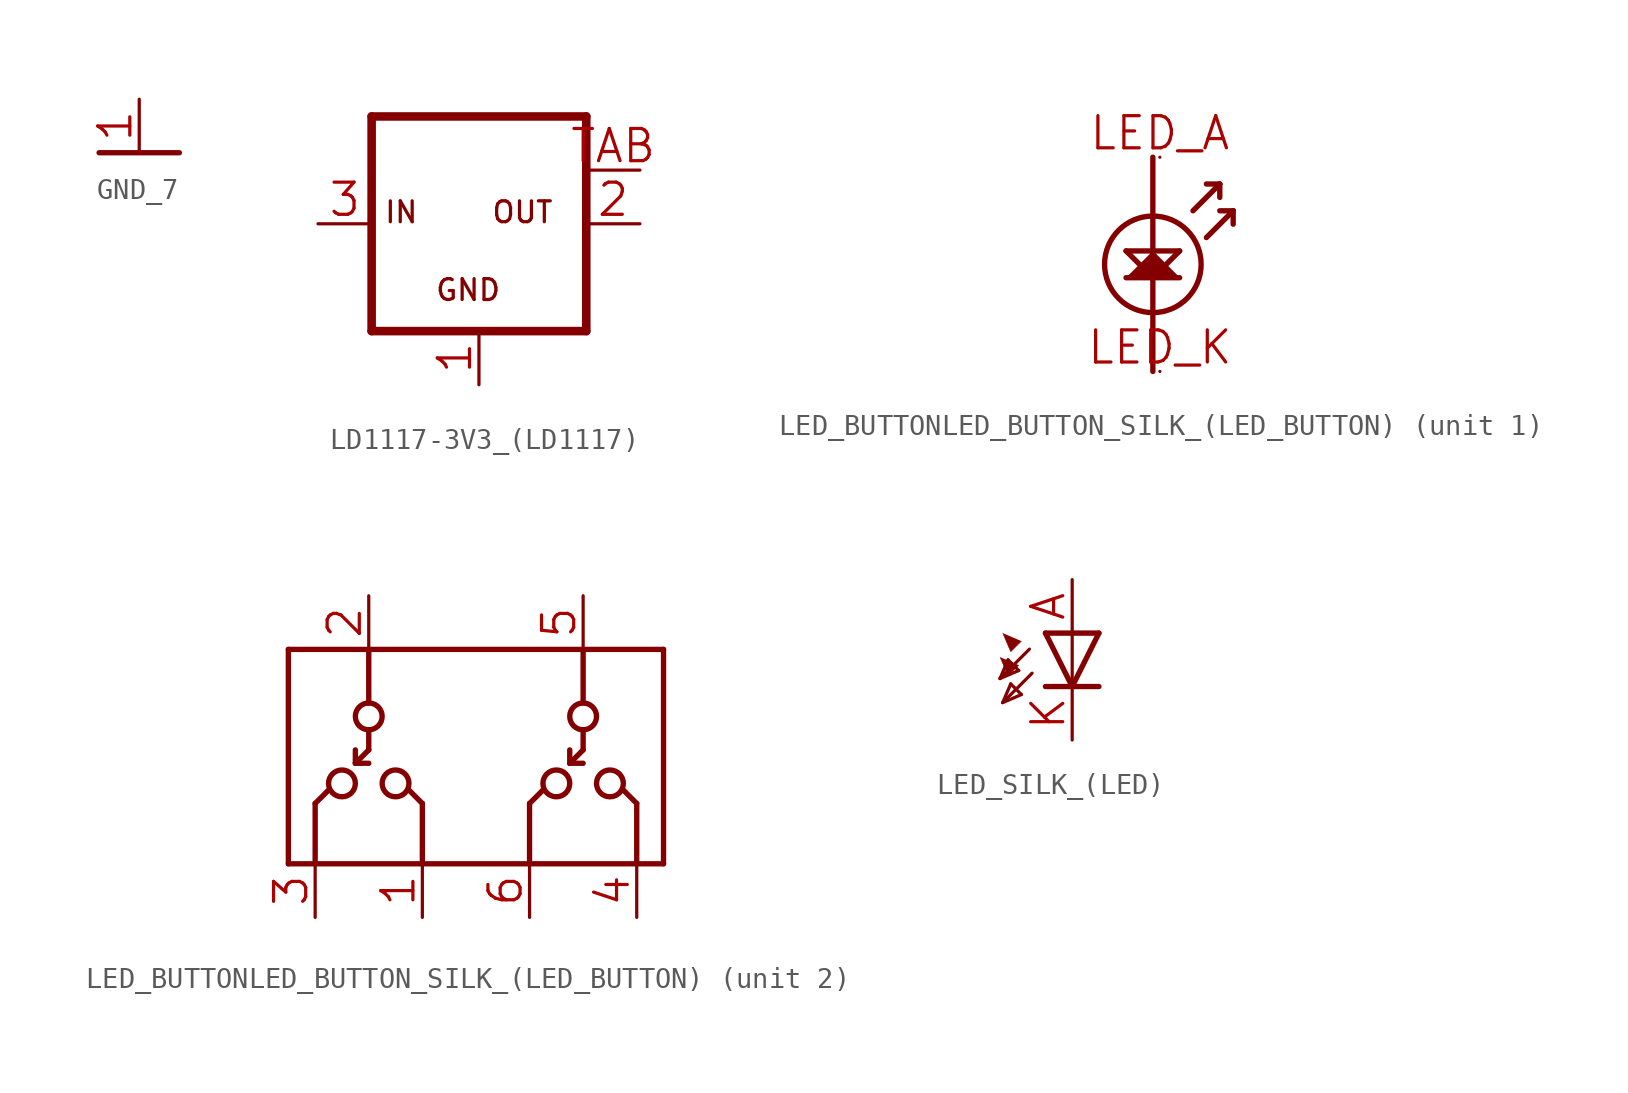
<source format=kicad_sym>
(kicad_symbol_lib
  (version 20241209)
  (generator "kicad_symbol_editor")
  (generator_version "9.0")
  (symbol "GND_7"
    (power)
    (property "Reference" "#GND"
      (at 0 0 0)
      (effects (font (size 1.27 1.27)) (hide yes)))
    (property "ki_locked" ""
      (at 0 0 0)
      (effects (font (size 1.27 1.27))))
    (symbol "GND_7_1_0"
      (polyline (pts (xy -1.905 0) (xy 1.905 0)) (stroke (width 0.254) (type solid)) (fill (type none)))
      (pin power_in line (at 0 2.54 270) (length 2.54) (name "GND" (effects (font (size 0 0)))) (number "1" (effects (font (size 1.524 1.524)))))))
  (symbol "LD1117-3V3_(LD1117)"
    (property "Reference" "U"
      (at 0 0 0)
      (effects (font (size 1.27 1.27)) (hide yes)))
    (property "ki_locked" ""
      (at 0 0 0)
      (effects (font (size 1.27 1.27))))
    (symbol "LD1117-3V3_(LD1117)_1_0"
      (polyline (pts (xy -5.08 5.08) (xy -5.08 -5.08)) (stroke (width 0.406) (type solid)) (fill (type none)))
      (polyline (pts (xy -5.08 -5.08) (xy 5.08 -5.08)) (stroke (width 0.406) (type solid)) (fill (type none)))
      (polyline (pts (xy 5.08 5.08) (xy -5.08 5.08)) (stroke (width 0.406) (type solid)) (fill (type none)))
      (polyline (pts (xy 5.08 -5.08) (xy 5.08 5.08)) (stroke (width 0.406) (type solid)) (fill (type none)))
      (text "IN" (at -4.53 1.125 0) (effects (font (size 0.987 0.987)) (justify left top)))
      (text "GND" (at -2.117 -2.558 0) (effects (font (size 0.987 0.987)) (justify left top)))
      (text "OUT" (at 0.55 1.125 0) (effects (font (size 0.987 0.987)) (justify left top)))
      (pin input line (at -7.62 0 0) (length 2.54) (name "IN" (effects (font (size 0 0)))) (number "3" (effects (font (size 1.524 1.524)))))
      (pin input line (at 0 -7.62 90) (length 2.54) (name "GND" (effects (font (size 0 0)))) (number "1" (effects (font (size 1.524 1.524)))))
      (pin passive line (at 7.62 2.54 180) (length 2.54) (name "OUT1" (effects (font (size 0 0)))) (number "TAB" (effects (font (size 1.524 1.524)))))
      (pin passive line (at 7.62 0 180) (length 2.54) (name "OUT" (effects (font (size 0 0)))) (number "2" (effects (font (size 1.524 1.524)))))))
  (symbol "LED_BUTTONLED_BUTTON_SILK_(LED_BUTTON)"
    (property "Reference" "S_HOLD"
      (at 0 0 0)
      (effects (font (size 1.27 1.27)) (hide yes)))
    (property "ki_locked" ""
      (at 0 0 0)
      (effects (font (size 1.27 1.27))))
    (symbol "LED_BUTTONLED_BUTTON_SILK_(LED_BUTTON)_1_0"
      (polyline (pts (xy -2.03 0.635) (xy -0.76 -0.635)) (stroke (width 0.254) (type solid)) (fill (type none)))
      (polyline (pts (xy -0.76 5.08) (xy -0.76 -5.08)) (stroke (width 0.254) (type solid)) (fill (type none)))
      (polyline (pts (xy -0.76 0.635) (xy 0.51 -0.635) (xy -2.03 -0.635)) (stroke (width 0.002) (type solid)) (fill (type outline)))
      (circle (center -0.76 0) (radius 2.29) (stroke (width 0.254) (type solid)) (fill (type none)))
      (polyline (pts (xy -0.76 -0.635) (xy 0.51 0.635)) (stroke (width 0.254) (type solid)) (fill (type none)))
      (polyline (pts (xy 0.51 0.635) (xy -2.03 0.635)) (stroke (width 0.254) (type solid)) (fill (type none)))
      (polyline (pts (xy 0.51 -0.635) (xy -2.03 -0.635)) (stroke (width 0.254) (type solid)) (fill (type none)))
      (polyline (pts (xy 1.145 2.54) (xy 2.415 3.81)) (stroke (width 0.254) (type solid)) (fill (type none)))
      (polyline (pts (xy 1.78 3.81) (xy 2.415 3.81)) (stroke (width 0.254) (type solid)) (fill (type none)))
      (polyline (pts (xy 1.78 1.27) (xy 3.05 2.54)) (stroke (width 0.254) (type solid)) (fill (type none)))
      (polyline (pts (xy 2.415 3.81) (xy 2.415 3.175)) (stroke (width 0.254) (type solid)) (fill (type none)))
      (polyline (pts (xy 2.415 2.54) (xy 3.05 2.54)) (stroke (width 0.254) (type solid)) (fill (type none)))
      (polyline (pts (xy 3.05 2.54) (xy 3.05 1.905)) (stroke (width 0.254) (type solid)) (fill (type none)))
      (pin bidirectional line (at -0.427 5.08 0) (length 0) (name "LED_A" (effects (font (size 0 0)))) (number "LED_A" (effects (font (size 1.524 1.524)))))
      (pin bidirectional line (at -0.427 -5.08 0) (length 0) (name "LED_K" (effects (font (size 0 0)))) (number "LED_K" (effects (font (size 1.524 1.524))))))
    (symbol "LED_BUTTONLED_BUTTON_SILK_(LED_BUTTON)_2_0"
      (polyline (pts (xy -8.89 5.08) (xy -5.08 5.08)) (stroke (width 0.254) (type solid)) (fill (type none)))
      (polyline (pts (xy -8.89 -5.08) (xy -8.89 5.08)) (stroke (width 0.254) (type solid)) (fill (type none)))
      (polyline (pts (xy -7.62 -2.222) (xy -6.985 -1.587)) (stroke (width 0.254) (type solid)) (fill (type none)))
      (polyline (pts (xy -7.62 -5.08) (xy -8.89 -5.08)) (stroke (width 0.254) (type solid)) (fill (type none)))
      (polyline (pts (xy -7.62 -5.08) (xy -7.62 -2.222)) (stroke (width 0.254) (type solid)) (fill (type none)))
      (circle (center -6.35 -1.27) (radius 0.635) (stroke (width 0.254) (type solid)) (fill (type none)))
      (polyline (pts (xy -5.715 0.317) (xy -5.715 -0.317)) (stroke (width 0.254) (type solid)) (fill (type none)))
      (polyline (pts (xy -5.715 -0.317) (xy -5.08 -0.317)) (stroke (width 0.254) (type solid)) (fill (type none)))
      (polyline (pts (xy -5.08 5.08) (xy -5.08 2.54)) (stroke (width 0.254) (type solid)) (fill (type none)))
      (polyline (pts (xy -5.08 5.08) (xy 5.08 5.08)) (stroke (width 0.254) (type solid)) (fill (type none)))
      (circle (center -5.08 1.905) (radius 0.635) (stroke (width 0.254) (type solid)) (fill (type none)))
      (polyline (pts (xy -5.08 1.27) (xy -5.08 0.317)) (stroke (width 0.254) (type solid)) (fill (type none)))
      (polyline (pts (xy -5.08 0.317) (xy -5.715 -0.317)) (stroke (width 0.254) (type solid)) (fill (type none)))
      (circle (center -3.81 -1.27) (radius 0.635) (stroke (width 0.254) (type solid)) (fill (type none)))
      (polyline (pts (xy -3.175 -1.587) (xy -2.54 -2.222)) (stroke (width 0.254) (type solid)) (fill (type none)))
      (polyline (pts (xy -2.54 -2.222) (xy -2.54 -5.08)) (stroke (width 0.254) (type solid)) (fill (type none)))
      (polyline (pts (xy -2.54 -5.08) (xy -7.62 -5.08)) (stroke (width 0.254) (type solid)) (fill (type none)))
      (polyline (pts (xy 2.54 -2.222) (xy 3.175 -1.587)) (stroke (width 0.254) (type solid)) (fill (type none)))
      (polyline (pts (xy 2.54 -5.08) (xy -2.54 -5.08)) (stroke (width 0.254) (type solid)) (fill (type none)))
      (polyline (pts (xy 2.54 -5.08) (xy 2.54 -2.222)) (stroke (width 0.254) (type solid)) (fill (type none)))
      (circle (center 3.81 -1.27) (radius 0.635) (stroke (width 0.254) (type solid)) (fill (type none)))
      (polyline (pts (xy 4.445 0.317) (xy 4.445 -0.317)) (stroke (width 0.254) (type solid)) (fill (type none)))
      (polyline (pts (xy 4.445 -0.317) (xy 5.08 -0.317)) (stroke (width 0.254) (type solid)) (fill (type none)))
      (polyline (pts (xy 5.08 5.08) (xy 8.89 5.08)) (stroke (width 0.254) (type solid)) (fill (type none)))
      (polyline (pts (xy 5.08 2.54) (xy 5.08 5.08)) (stroke (width 0.254) (type solid)) (fill (type none)))
      (circle (center 5.08 1.905) (radius 0.635) (stroke (width 0.254) (type solid)) (fill (type none)))
      (polyline (pts (xy 5.08 1.27) (xy 5.08 0.317)) (stroke (width 0.254) (type solid)) (fill (type none)))
      (polyline (pts (xy 5.08 0.317) (xy 4.445 -0.317)) (stroke (width 0.254) (type solid)) (fill (type none)))
      (circle (center 6.35 -1.27) (radius 0.635) (stroke (width 0.254) (type solid)) (fill (type none)))
      (polyline (pts (xy 7.62 -2.222) (xy 6.985 -1.587)) (stroke (width 0.254) (type solid)) (fill (type none)))
      (polyline (pts (xy 7.62 -5.08) (xy 2.54 -5.08)) (stroke (width 0.254) (type solid)) (fill (type none)))
      (polyline (pts (xy 7.62 -5.08) (xy 7.62 -2.222)) (stroke (width 0.254) (type solid)) (fill (type none)))
      (polyline (pts (xy 8.89 5.08) (xy 8.89 -5.08)) (stroke (width 0.254) (type solid)) (fill (type none)))
      (polyline (pts (xy 8.89 -5.08) (xy 7.62 -5.08)) (stroke (width 0.254) (type solid)) (fill (type none)))
      (pin bidirectional line (at -7.62 -7.62 90) (length 2.54) (name "3" (effects (font (size 0 0)))) (number "3" (effects (font (size 1.524 1.524)))))
      (pin bidirectional line (at -5.08 7.62 270) (length 2.54) (name "2" (effects (font (size 0 0)))) (number "2" (effects (font (size 1.524 1.524)))))
      (pin bidirectional line (at -2.54 -7.62 90) (length 2.54) (name "1" (effects (font (size 0 0)))) (number "1" (effects (font (size 1.524 1.524)))))
      (pin bidirectional line (at 2.54 -7.62 90) (length 2.54) (name "6" (effects (font (size 0 0)))) (number "6" (effects (font (size 1.524 1.524)))))
      (pin bidirectional line (at 5.08 7.62 270) (length 2.54) (name "5" (effects (font (size 0 0)))) (number "5" (effects (font (size 1.524 1.524)))))
      (pin bidirectional line (at 7.62 -7.62 90) (length 2.54) (name "4" (effects (font (size 0 0)))) (number "4" (effects (font (size 1.524 1.524)))))))
  (symbol "LED_SILK_(LED)"
    (property "Reference" "LED_A"
      (at 0 0 0)
      (effects (font (size 1.27 1.27)) (hide yes)))
    (property "ki_locked" ""
      (at 0 0 0)
      (effects (font (size 1.27 1.27))))
    (symbol "LED_SILK_(LED)_1_0"
      (polyline (pts (xy -2.35 0.508) (xy -1.968 -0.381) (xy -1.461 0.127)) (stroke (width 0.002) (type solid)) (fill (type outline)))
      (polyline (pts (xy -2.35 -0.508) (xy -1.968 0.381)) (stroke (width 0.152) (type solid)) (fill (type none)))
      (polyline (pts (xy -2.222 1.651) (xy -1.841 0.762) (xy -1.333 1.27)) (stroke (width 0.002) (type solid)) (fill (type outline)))
      (polyline (pts (xy -2.222 -1.651) (xy -1.841 -0.762)) (stroke (width 0.152) (type solid)) (fill (type none)))
      (polyline (pts (xy -1.968 0.381) (xy -1.461 -0.127)) (stroke (width 0.152) (type solid)) (fill (type none)))
      (polyline (pts (xy -1.841 -0.762) (xy -1.333 -1.27)) (stroke (width 0.152) (type solid)) (fill (type none)))
      (polyline (pts (xy -1.461 -0.127) (xy -2.35 -0.508)) (stroke (width 0.152) (type solid)) (fill (type none)))
      (polyline (pts (xy -1.333 -1.27) (xy -2.222 -1.651)) (stroke (width 0.152) (type solid)) (fill (type none)))
      (polyline (pts (xy -0.952 0.889) (xy -2.35 -0.508)) (stroke (width 0.152) (type solid)) (fill (type none)))
      (polyline (pts (xy -0.826 -0.254) (xy -2.222 -1.651)) (stroke (width 0.152) (type solid)) (fill (type none)))
      (polyline (pts (xy 1.08 1.651) (xy -0.191 1.651)) (stroke (width 0.254) (type solid)) (fill (type none)))
      (polyline (pts (xy 1.08 1.651) (xy 1.08 -0.889)) (stroke (width 0.152) (type solid)) (fill (type none)))
      (polyline (pts (xy 1.08 -0.889) (xy -0.191 1.651)) (stroke (width 0.254) (type solid)) (fill (type none)))
      (polyline (pts (xy 1.08 -0.889) (xy -0.191 -0.889)) (stroke (width 0.254) (type solid)) (fill (type none)))
      (polyline (pts (xy 2.35 1.651) (xy 1.08 1.651)) (stroke (width 0.254) (type solid)) (fill (type none)))
      (polyline (pts (xy 2.35 1.651) (xy 1.08 -0.889)) (stroke (width 0.254) (type solid)) (fill (type none)))
      (polyline (pts (xy 2.35 -0.889) (xy 1.08 -0.889)) (stroke (width 0.254) (type solid)) (fill (type none)))
      (pin passive line (at 1.08 4.191 270) (length 2.54) (name "A" (effects (font (size 0 0)))) (number "A" (effects (font (size 1.524 1.524)))))
      (pin passive line (at 1.08 -3.429 90) (length 2.54) (name "C" (effects (font (size 0 0)))) (number "K" (effects (font (size 1.524 1.524))))))))
</source>
